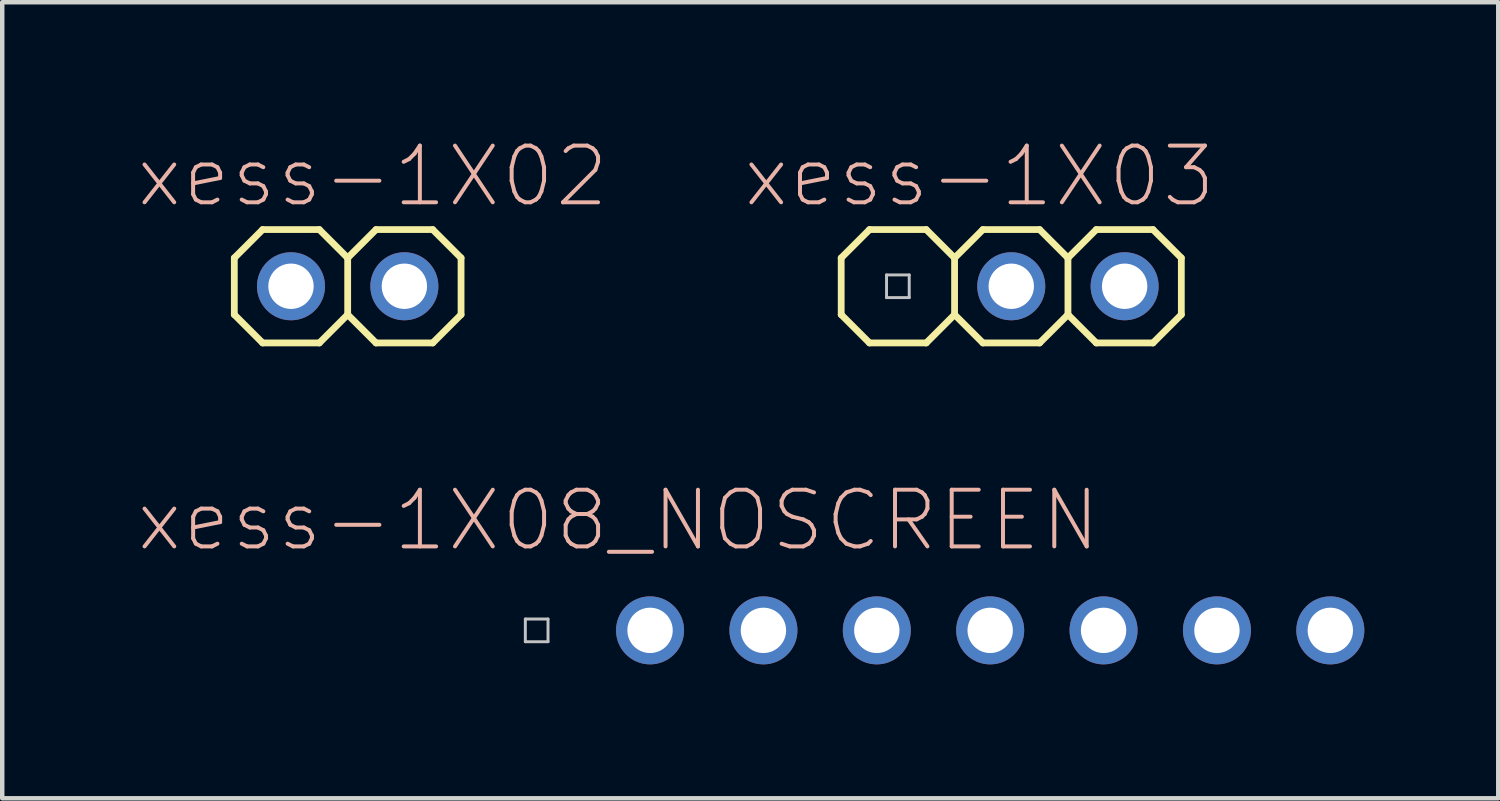
<source format=kicad_pcb>
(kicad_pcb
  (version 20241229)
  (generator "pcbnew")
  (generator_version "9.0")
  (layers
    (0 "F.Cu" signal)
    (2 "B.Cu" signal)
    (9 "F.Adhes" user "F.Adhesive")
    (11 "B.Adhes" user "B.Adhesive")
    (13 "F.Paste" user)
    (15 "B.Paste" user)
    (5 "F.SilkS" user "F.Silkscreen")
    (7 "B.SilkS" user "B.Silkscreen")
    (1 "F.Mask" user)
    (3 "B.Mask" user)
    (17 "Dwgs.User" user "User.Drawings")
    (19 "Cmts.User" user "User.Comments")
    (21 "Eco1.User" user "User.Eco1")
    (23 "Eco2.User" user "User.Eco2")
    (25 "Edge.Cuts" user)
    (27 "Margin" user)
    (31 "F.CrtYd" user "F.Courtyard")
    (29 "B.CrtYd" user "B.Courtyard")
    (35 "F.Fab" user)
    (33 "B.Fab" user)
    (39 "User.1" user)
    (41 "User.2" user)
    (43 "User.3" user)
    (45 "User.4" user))
  (footprint "xess-1X02"
    (layer "F.Cu")
    (at 4.739 3.363)
    (property "Reference" "xess-1X02" (at 0.559 -2.464 0) (layer "B.SilkS") (effects (font (size 1.27 1.27) (thickness 0.089))))
    (attr exclude_from_pos_files exclude_from_bom)
    (fp_line (start -2.54 -0.635) (end -2.54 0.635) (stroke (width 0.152) (type solid)) (layer "F.SilkS"))
    (fp_line (start -2.54 0.635) (end -1.905 1.27) (stroke (width 0.152) (type solid)) (layer "F.SilkS"))
    (fp_line (start -1.905 -1.27) (end -2.54 -0.635) (stroke (width 0.152) (type solid)) (layer "F.SilkS"))
    (fp_line (start -1.905 -1.27) (end -0.635 -1.27) (stroke (width 0.152) (type solid)) (layer "F.SilkS"))
    (fp_line (start -0.635 -1.27) (end 0 -0.635) (stroke (width 0.152) (type solid)) (layer "F.SilkS"))
    (fp_line (start -0.635 1.27) (end -1.905 1.27) (stroke (width 0.152) (type solid)) (layer "F.SilkS"))
    (fp_line (start 0 -0.635) (end 0 0.635) (stroke (width 0.152) (type solid)) (layer "F.SilkS"))
    (fp_line (start 0 -0.635) (end 0.635 -1.27) (stroke (width 0.152) (type solid)) (layer "F.SilkS"))
    (fp_line (start 0 0.635) (end -0.635 1.27) (stroke (width 0.152) (type solid)) (layer "F.SilkS"))
    (fp_line (start 0.635 -1.27) (end 1.905 -1.27) (stroke (width 0.152) (type solid)) (layer "F.SilkS"))
    (fp_line (start 0.635 1.27) (end 0 0.635) (stroke (width 0.152) (type solid)) (layer "F.SilkS"))
    (fp_line (start 1.905 -1.27) (end 2.54 -0.635) (stroke (width 0.152) (type solid)) (layer "F.SilkS"))
    (fp_line (start 1.905 1.27) (end 0.635 1.27) (stroke (width 0.152) (type solid)) (layer "F.SilkS"))
    (fp_line (start 2.54 -0.635) (end 2.54 0.635) (stroke (width 0.152) (type solid)) (layer "F.SilkS"))
    (fp_line (start 2.54 0.635) (end 1.905 1.27) (stroke (width 0.152) (type solid)) (layer "F.SilkS"))
    (fp_line (start -1.524 -0.254) (end -1.016 -0.254) (stroke (width 0.066) (type solid)) (layer "Dwgs.User"))
    (fp_line (start -1.524 0.254) (end -1.524 -0.254) (stroke (width 0.066) (type solid)) (layer "Dwgs.User"))
    (fp_line (start -1.524 0.254) (end -1.016 0.254) (stroke (width 0.066) (type solid)) (layer "Dwgs.User"))
    (fp_line (start -1.016 0.254) (end -1.016 -0.254) (stroke (width 0.066) (type solid)) (layer "Dwgs.User"))
    (fp_line (start 1.016 -0.254) (end 1.524 -0.254) (stroke (width 0.066) (type solid)) (layer "Dwgs.User"))
    (fp_line (start 1.016 0.254) (end 1.016 -0.254) (stroke (width 0.066) (type solid)) (layer "Dwgs.User"))
    (fp_line (start 1.016 0.254) (end 1.524 0.254) (stroke (width 0.066) (type solid)) (layer "Dwgs.User"))
    (fp_line (start 1.524 0.254) (end 1.524 -0.254) (stroke (width 0.066) (type solid)) (layer "Dwgs.User"))
    (pad "1" thru_hole circle (at -1.27 0) (size 1.524 1.524) (drill 1.016) (layers "*.Cu" "*.Mask"))
    (pad "2" thru_hole circle (at 1.27 0) (size 1.524 1.524) (drill 1.016) (layers "*.Cu" "*.Mask")))
  (footprint "xess-1X08_NOSCREEN"
    (layer "F.Cu")
    (at 17.863 11.072)
    (property "Reference" "xess-1X08_NOSCREEN" (at -7.061 -2.464 0) (layer "B.SilkS") (effects (font (size 1.27 1.27) (thickness 0.089))))
    (attr exclude_from_pos_files exclude_from_bom)
    (fp_line (start -9.144 -0.254) (end -8.636 -0.254) (stroke (width 0.066) (type solid)) (layer "Dwgs.User"))
    (fp_line (start -9.144 0.254) (end -9.144 -0.254) (stroke (width 0.066) (type solid)) (layer "Dwgs.User"))
    (fp_line (start -9.144 0.254) (end -8.636 0.254) (stroke (width 0.066) (type solid)) (layer "Dwgs.User"))
    (fp_line (start -8.636 0.254) (end -8.636 -0.254) (stroke (width 0.066) (type solid)) (layer "Dwgs.User"))
    (fp_line (start -6.604 -0.254) (end -6.096 -0.254) (stroke (width 0.066) (type solid)) (layer "Dwgs.User"))
    (fp_line (start -6.604 0.254) (end -6.604 -0.254) (stroke (width 0.066) (type solid)) (layer "Dwgs.User"))
    (fp_line (start -6.604 0.254) (end -6.096 0.254) (stroke (width 0.066) (type solid)) (layer "Dwgs.User"))
    (fp_line (start -6.096 0.254) (end -6.096 -0.254) (stroke (width 0.066) (type solid)) (layer "Dwgs.User"))
    (fp_line (start -4.064 -0.254) (end -3.556 -0.254) (stroke (width 0.066) (type solid)) (layer "Dwgs.User"))
    (fp_line (start -4.064 0.254) (end -4.064 -0.254) (stroke (width 0.066) (type solid)) (layer "Dwgs.User"))
    (fp_line (start -4.064 0.254) (end -3.556 0.254) (stroke (width 0.066) (type solid)) (layer "Dwgs.User"))
    (fp_line (start -3.556 0.254) (end -3.556 -0.254) (stroke (width 0.066) (type solid)) (layer "Dwgs.User"))
    (fp_line (start -1.524 -0.254) (end -1.016 -0.254) (stroke (width 0.066) (type solid)) (layer "Dwgs.User"))
    (fp_line (start -1.524 0.254) (end -1.524 -0.254) (stroke (width 0.066) (type solid)) (layer "Dwgs.User"))
    (fp_line (start -1.524 0.254) (end -1.016 0.254) (stroke (width 0.066) (type solid)) (layer "Dwgs.User"))
    (fp_line (start -1.016 0.254) (end -1.016 -0.254) (stroke (width 0.066) (type solid)) (layer "Dwgs.User"))
    (fp_line (start 1.016 -0.254) (end 1.524 -0.254) (stroke (width 0.066) (type solid)) (layer "Dwgs.User"))
    (fp_line (start 1.016 0.254) (end 1.016 -0.254) (stroke (width 0.066) (type solid)) (layer "Dwgs.User"))
    (fp_line (start 1.016 0.254) (end 1.524 0.254) (stroke (width 0.066) (type solid)) (layer "Dwgs.User"))
    (fp_line (start 1.524 0.254) (end 1.524 -0.254) (stroke (width 0.066) (type solid)) (layer "Dwgs.User"))
    (fp_line (start 3.556 -0.254) (end 4.064 -0.254) (stroke (width 0.066) (type solid)) (layer "Dwgs.User"))
    (fp_line (start 3.556 0.254) (end 3.556 -0.254) (stroke (width 0.066) (type solid)) (layer "Dwgs.User"))
    (fp_line (start 3.556 0.254) (end 4.064 0.254) (stroke (width 0.066) (type solid)) (layer "Dwgs.User"))
    (fp_line (start 4.064 0.254) (end 4.064 -0.254) (stroke (width 0.066) (type solid)) (layer "Dwgs.User"))
    (fp_line (start 6.096 -0.254) (end 6.604 -0.254) (stroke (width 0.066) (type solid)) (layer "Dwgs.User"))
    (fp_line (start 6.096 0.254) (end 6.096 -0.254) (stroke (width 0.066) (type solid)) (layer "Dwgs.User"))
    (fp_line (start 6.096 0.254) (end 6.604 0.254) (stroke (width 0.066) (type solid)) (layer "Dwgs.User"))
    (fp_line (start 6.604 0.254) (end 6.604 -0.254) (stroke (width 0.066) (type solid)) (layer "Dwgs.User"))
    (fp_line (start 8.636 -0.254) (end 9.144 -0.254) (stroke (width 0.066) (type solid)) (layer "Dwgs.User"))
    (fp_line (start 8.636 0.254) (end 8.636 -0.254) (stroke (width 0.066) (type solid)) (layer "Dwgs.User"))
    (fp_line (start 8.636 0.254) (end 9.144 0.254) (stroke (width 0.066) (type solid)) (layer "Dwgs.User"))
    (fp_line (start 9.144 0.254) (end 9.144 -0.254) (stroke (width 0.066) (type solid)) (layer "Dwgs.User"))
    (pad "1" thru_hole rect (at -8.89 0) (size 0.001 0.001) (drill 1.016) (layers "*.Cu" "*.Mask"))
    (pad "2" thru_hole circle (at -6.35 0) (size 1.524 1.524) (drill 1.016) (layers "*.Cu" "*.Mask"))
    (pad "3" thru_hole circle (at -3.81 0) (size 1.524 1.524) (drill 1.016) (layers "*.Cu" "*.Mask"))
    (pad "4" thru_hole circle (at -1.27 0) (size 1.524 1.524) (drill 1.016) (layers "*.Cu" "*.Mask"))
    (pad "5" thru_hole circle (at 1.27 0) (size 1.524 1.524) (drill 1.016) (layers "*.Cu" "*.Mask"))
    (pad "6" thru_hole circle (at 3.81 0) (size 1.524 1.524) (drill 1.016) (layers "*.Cu" "*.Mask"))
    (pad "7" thru_hole circle (at 6.35 0) (size 1.524 1.524) (drill 1.016) (layers "*.Cu" "*.Mask"))
    (pad "8" thru_hole circle (at 8.89 0) (size 1.524 1.524) (drill 1.016) (layers "*.Cu" "*.Mask")))
  (footprint "xess-1X03"
    (layer "F.Cu")
    (at 19.605 3.363)
    (property "Reference" "xess-1X03" (at -0.711 -2.464 0) (layer "B.SilkS") (effects (font (size 1.27 1.27) (thickness 0.089))))
    (attr exclude_from_pos_files exclude_from_bom)
    (fp_line (start -3.81 -0.635) (end -3.81 0.635) (stroke (width 0.152) (type solid)) (layer "F.SilkS"))
    (fp_line (start -3.81 0.635) (end -3.175 1.27) (stroke (width 0.152) (type solid)) (layer "F.SilkS"))
    (fp_line (start -3.175 -1.27) (end -3.81 -0.635) (stroke (width 0.152) (type solid)) (layer "F.SilkS"))
    (fp_line (start -3.175 -1.27) (end -1.905 -1.27) (stroke (width 0.152) (type solid)) (layer "F.SilkS"))
    (fp_line (start -1.905 -1.27) (end -1.27 -0.635) (stroke (width 0.152) (type solid)) (layer "F.SilkS"))
    (fp_line (start -1.905 1.27) (end -3.175 1.27) (stroke (width 0.152) (type solid)) (layer "F.SilkS"))
    (fp_line (start -1.27 -0.635) (end -1.27 0.635) (stroke (width 0.152) (type solid)) (layer "F.SilkS"))
    (fp_line (start -1.27 -0.635) (end -0.635 -1.27) (stroke (width 0.152) (type solid)) (layer "F.SilkS"))
    (fp_line (start -1.27 0.635) (end -1.905 1.27) (stroke (width 0.152) (type solid)) (layer "F.SilkS"))
    (fp_line (start -0.635 -1.27) (end 0.635 -1.27) (stroke (width 0.152) (type solid)) (layer "F.SilkS"))
    (fp_line (start -0.635 1.27) (end -1.27 0.635) (stroke (width 0.152) (type solid)) (layer "F.SilkS"))
    (fp_line (start 0.635 -1.27) (end 1.27 -0.635) (stroke (width 0.152) (type solid)) (layer "F.SilkS"))
    (fp_line (start 0.635 1.27) (end -0.635 1.27) (stroke (width 0.152) (type solid)) (layer "F.SilkS"))
    (fp_line (start 1.27 -0.635) (end 1.27 0.635) (stroke (width 0.152) (type solid)) (layer "F.SilkS"))
    (fp_line (start 1.27 -0.635) (end 1.905 -1.27) (stroke (width 0.152) (type solid)) (layer "F.SilkS"))
    (fp_line (start 1.27 0.635) (end 0.635 1.27) (stroke (width 0.152) (type solid)) (layer "F.SilkS"))
    (fp_line (start 1.905 -1.27) (end 3.175 -1.27) (stroke (width 0.152) (type solid)) (layer "F.SilkS"))
    (fp_line (start 1.905 1.27) (end 1.27 0.635) (stroke (width 0.152) (type solid)) (layer "F.SilkS"))
    (fp_line (start 3.175 -1.27) (end 3.81 -0.635) (stroke (width 0.152) (type solid)) (layer "F.SilkS"))
    (fp_line (start 3.175 1.27) (end 1.905 1.27) (stroke (width 0.152) (type solid)) (layer "F.SilkS"))
    (fp_line (start 3.81 -0.635) (end 3.81 0.635) (stroke (width 0.152) (type solid)) (layer "F.SilkS"))
    (fp_line (start 3.81 0.635) (end 3.175 1.27) (stroke (width 0.152) (type solid)) (layer "F.SilkS"))
    (fp_line (start -2.794 -0.254) (end -2.286 -0.254) (stroke (width 0.066) (type solid)) (layer "Dwgs.User"))
    (fp_line (start -2.794 0.254) (end -2.794 -0.254) (stroke (width 0.066) (type solid)) (layer "Dwgs.User"))
    (fp_line (start -2.794 0.254) (end -2.286 0.254) (stroke (width 0.066) (type solid)) (layer "Dwgs.User"))
    (fp_line (start -2.286 0.254) (end -2.286 -0.254) (stroke (width 0.066) (type solid)) (layer "Dwgs.User"))
    (fp_line (start -0.254 -0.254) (end 0.254 -0.254) (stroke (width 0.066) (type solid)) (layer "Dwgs.User"))
    (fp_line (start -0.254 0.254) (end -0.254 -0.254) (stroke (width 0.066) (type solid)) (layer "Dwgs.User"))
    (fp_line (start -0.254 0.254) (end 0.254 0.254) (stroke (width 0.066) (type solid)) (layer "Dwgs.User"))
    (fp_line (start 0.254 0.254) (end 0.254 -0.254) (stroke (width 0.066) (type solid)) (layer "Dwgs.User"))
    (fp_line (start 2.286 -0.254) (end 2.794 -0.254) (stroke (width 0.066) (type solid)) (layer "Dwgs.User"))
    (fp_line (start 2.286 0.254) (end 2.286 -0.254) (stroke (width 0.066) (type solid)) (layer "Dwgs.User"))
    (fp_line (start 2.286 0.254) (end 2.794 0.254) (stroke (width 0.066) (type solid)) (layer "Dwgs.User"))
    (fp_line (start 2.794 0.254) (end 2.794 -0.254) (stroke (width 0.066) (type solid)) (layer "Dwgs.User"))
    (pad "1" thru_hole rect (at -2.54 0) (size 0.001 0.001) (drill 1.016) (layers "*.Cu" "*.Mask"))
    (pad "2" thru_hole circle (at 0 0) (size 1.524 1.524) (drill 1.016) (layers "*.Cu" "*.Mask"))
    (pad "3" thru_hole circle (at 2.54 0) (size 1.524 1.524) (drill 1.016) (layers "*.Cu" "*.Mask")))
  (gr_rect
    (start -3 -3)
    (end 30.515 14.834)
    (stroke (width 0.1) (type default))
    (fill no)
    (layer "Edge.Cuts")))
</source>
